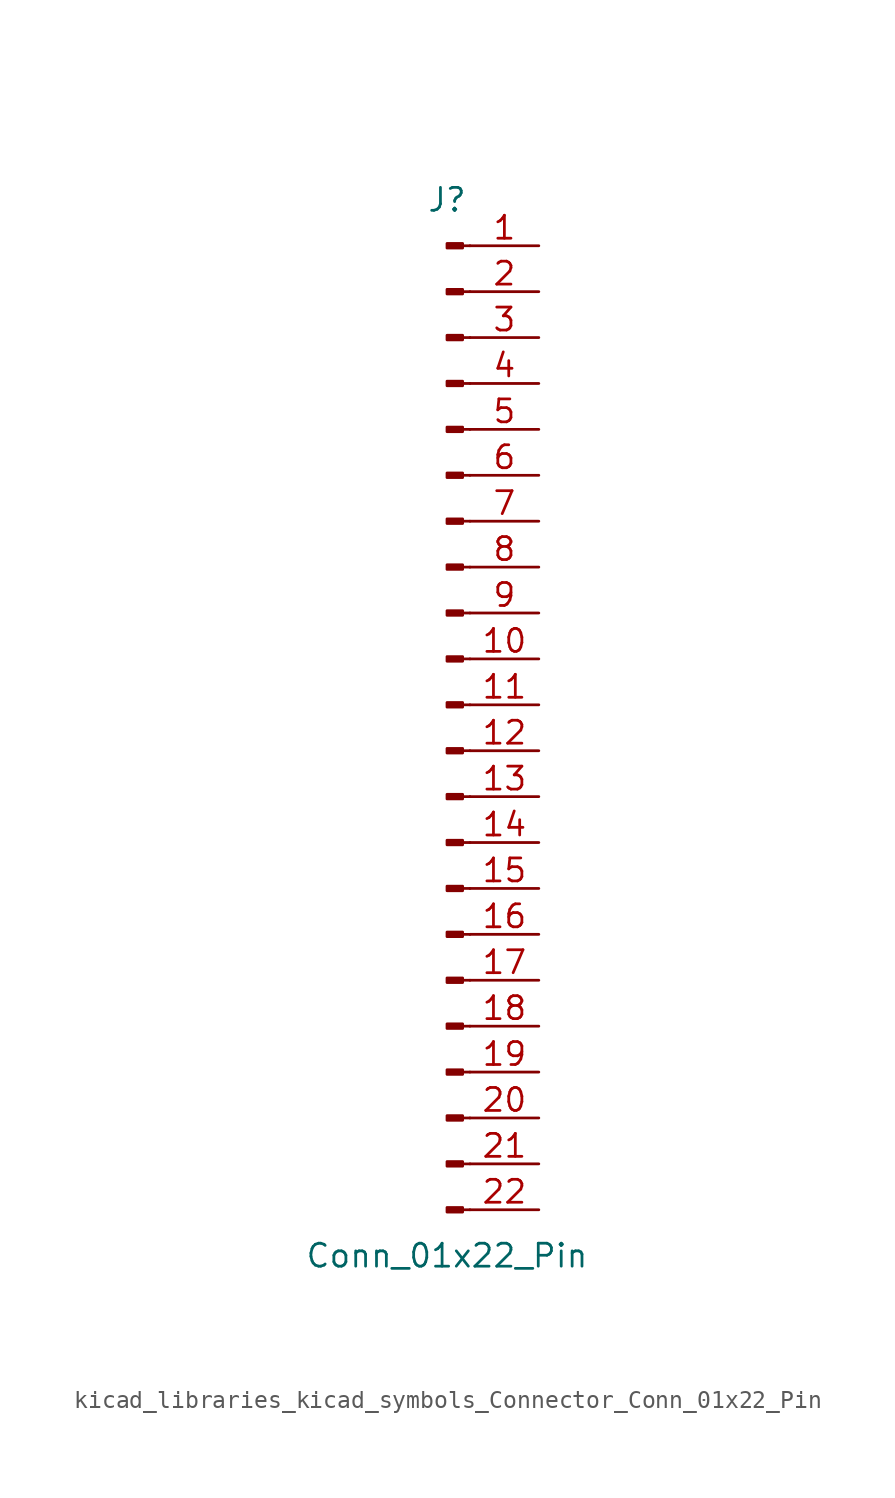
<source format=kicad_sym>
(kicad_symbol_lib
  (version 20220914)
  (generator kicad_symbol_editor)
  (symbol "kicad_libraries_kicad_symbols_Connector_Conn_01x22_Pin"
    (pin_names
      (offset 1.016) hide)
    (property "Reference" "J"
      (at 0 27.94 0)
      (effects (font (size 1.27 1.27))))
    (property "Value" "Conn_01x22_Pin"
      (at 0 -30.48 0)
      (effects (font (size 1.27 1.27))))
    (property "ki_locked" ""
      (at 0 0 0)
      (effects (font (size 1.27 1.27))))
    (symbol "kicad_libraries_kicad_symbols_Connector_Conn_01x22_Pin_1_1"
      (polyline (pts (xy 1.27 -27.94) (xy 0.864 -27.94)) (stroke (width 0.152) (type default)) (fill (type none)))
      (polyline (pts (xy 1.27 -25.4) (xy 0.864 -25.4)) (stroke (width 0.152) (type default)) (fill (type none)))
      (polyline (pts (xy 1.27 -22.86) (xy 0.864 -22.86)) (stroke (width 0.152) (type default)) (fill (type none)))
      (polyline (pts (xy 1.27 -20.32) (xy 0.864 -20.32)) (stroke (width 0.152) (type default)) (fill (type none)))
      (polyline (pts (xy 1.27 -17.78) (xy 0.864 -17.78)) (stroke (width 0.152) (type default)) (fill (type none)))
      (polyline (pts (xy 1.27 -15.24) (xy 0.864 -15.24)) (stroke (width 0.152) (type default)) (fill (type none)))
      (polyline (pts (xy 1.27 -12.7) (xy 0.864 -12.7)) (stroke (width 0.152) (type default)) (fill (type none)))
      (polyline (pts (xy 1.27 -10.16) (xy 0.864 -10.16)) (stroke (width 0.152) (type default)) (fill (type none)))
      (polyline (pts (xy 1.27 -7.62) (xy 0.864 -7.62)) (stroke (width 0.152) (type default)) (fill (type none)))
      (polyline (pts (xy 1.27 -5.08) (xy 0.864 -5.08)) (stroke (width 0.152) (type default)) (fill (type none)))
      (polyline (pts (xy 1.27 -2.54) (xy 0.864 -2.54)) (stroke (width 0.152) (type default)) (fill (type none)))
      (polyline (pts (xy 1.27 0) (xy 0.864 0)) (stroke (width 0.152) (type default)) (fill (type none)))
      (polyline (pts (xy 1.27 2.54) (xy 0.864 2.54)) (stroke (width 0.152) (type default)) (fill (type none)))
      (polyline (pts (xy 1.27 5.08) (xy 0.864 5.08)) (stroke (width 0.152) (type default)) (fill (type none)))
      (polyline (pts (xy 1.27 7.62) (xy 0.864 7.62)) (stroke (width 0.152) (type default)) (fill (type none)))
      (polyline (pts (xy 1.27 10.16) (xy 0.864 10.16)) (stroke (width 0.152) (type default)) (fill (type none)))
      (polyline (pts (xy 1.27 12.7) (xy 0.864 12.7)) (stroke (width 0.152) (type default)) (fill (type none)))
      (polyline (pts (xy 1.27 15.24) (xy 0.864 15.24)) (stroke (width 0.152) (type default)) (fill (type none)))
      (polyline (pts (xy 1.27 17.78) (xy 0.864 17.78)) (stroke (width 0.152) (type default)) (fill (type none)))
      (polyline (pts (xy 1.27 20.32) (xy 0.864 20.32)) (stroke (width 0.152) (type default)) (fill (type none)))
      (polyline (pts (xy 1.27 22.86) (xy 0.864 22.86)) (stroke (width 0.152) (type default)) (fill (type none)))
      (polyline (pts (xy 1.27 25.4) (xy 0.864 25.4)) (stroke (width 0.152) (type default)) (fill (type none)))
      (rectangle (start 0.864 -27.813) (end 0 -28.067) (stroke (width 0.152) (type default)) (fill (type outline)))
      (rectangle (start 0.864 -25.273) (end 0 -25.527) (stroke (width 0.152) (type default)) (fill (type outline)))
      (rectangle (start 0.864 -22.733) (end 0 -22.987) (stroke (width 0.152) (type default)) (fill (type outline)))
      (rectangle (start 0.864 -20.193) (end 0 -20.447) (stroke (width 0.152) (type default)) (fill (type outline)))
      (rectangle (start 0.864 -17.653) (end 0 -17.907) (stroke (width 0.152) (type default)) (fill (type outline)))
      (rectangle (start 0.864 -15.113) (end 0 -15.367) (stroke (width 0.152) (type default)) (fill (type outline)))
      (rectangle (start 0.864 -12.573) (end 0 -12.827) (stroke (width 0.152) (type default)) (fill (type outline)))
      (rectangle (start 0.864 -10.033) (end 0 -10.287) (stroke (width 0.152) (type default)) (fill (type outline)))
      (rectangle (start 0.864 -7.493) (end 0 -7.747) (stroke (width 0.152) (type default)) (fill (type outline)))
      (rectangle (start 0.864 -4.953) (end 0 -5.207) (stroke (width 0.152) (type default)) (fill (type outline)))
      (rectangle (start 0.864 -2.413) (end 0 -2.667) (stroke (width 0.152) (type default)) (fill (type outline)))
      (rectangle (start 0.864 0.127) (end 0 -0.127) (stroke (width 0.152) (type default)) (fill (type outline)))
      (rectangle (start 0.864 2.667) (end 0 2.413) (stroke (width 0.152) (type default)) (fill (type outline)))
      (rectangle (start 0.864 5.207) (end 0 4.953) (stroke (width 0.152) (type default)) (fill (type outline)))
      (rectangle (start 0.864 7.747) (end 0 7.493) (stroke (width 0.152) (type default)) (fill (type outline)))
      (rectangle (start 0.864 10.287) (end 0 10.033) (stroke (width 0.152) (type default)) (fill (type outline)))
      (rectangle (start 0.864 12.827) (end 0 12.573) (stroke (width 0.152) (type default)) (fill (type outline)))
      (rectangle (start 0.864 15.367) (end 0 15.113) (stroke (width 0.152) (type default)) (fill (type outline)))
      (rectangle (start 0.864 17.907) (end 0 17.653) (stroke (width 0.152) (type default)) (fill (type outline)))
      (rectangle (start 0.864 20.447) (end 0 20.193) (stroke (width 0.152) (type default)) (fill (type outline)))
      (rectangle (start 0.864 22.987) (end 0 22.733) (stroke (width 0.152) (type default)) (fill (type outline)))
      (rectangle (start 0.864 25.527) (end 0 25.273) (stroke (width 0.152) (type default)) (fill (type outline)))
      (pin passive line (at 5.08 25.4 180) (length 3.81) (name "Pin_1" (effects (font (size 1.27 1.27)))) (number "1" (effects (font (size 1.27 1.27)))))
      (pin passive line (at 5.08 2.54 180) (length 3.81) (name "Pin_10" (effects (font (size 1.27 1.27)))) (number "10" (effects (font (size 1.27 1.27)))))
      (pin passive line (at 5.08 0 180) (length 3.81) (name "Pin_11" (effects (font (size 1.27 1.27)))) (number "11" (effects (font (size 1.27 1.27)))))
      (pin passive line (at 5.08 -2.54 180) (length 3.81) (name "Pin_12" (effects (font (size 1.27 1.27)))) (number "12" (effects (font (size 1.27 1.27)))))
      (pin passive line (at 5.08 -5.08 180) (length 3.81) (name "Pin_13" (effects (font (size 1.27 1.27)))) (number "13" (effects (font (size 1.27 1.27)))))
      (pin passive line (at 5.08 -7.62 180) (length 3.81) (name "Pin_14" (effects (font (size 1.27 1.27)))) (number "14" (effects (font (size 1.27 1.27)))))
      (pin passive line (at 5.08 -10.16 180) (length 3.81) (name "Pin_15" (effects (font (size 1.27 1.27)))) (number "15" (effects (font (size 1.27 1.27)))))
      (pin passive line (at 5.08 -12.7 180) (length 3.81) (name "Pin_16" (effects (font (size 1.27 1.27)))) (number "16" (effects (font (size 1.27 1.27)))))
      (pin passive line (at 5.08 -15.24 180) (length 3.81) (name "Pin_17" (effects (font (size 1.27 1.27)))) (number "17" (effects (font (size 1.27 1.27)))))
      (pin passive line (at 5.08 -17.78 180) (length 3.81) (name "Pin_18" (effects (font (size 1.27 1.27)))) (number "18" (effects (font (size 1.27 1.27)))))
      (pin passive line (at 5.08 -20.32 180) (length 3.81) (name "Pin_19" (effects (font (size 1.27 1.27)))) (number "19" (effects (font (size 1.27 1.27)))))
      (pin passive line (at 5.08 22.86 180) (length 3.81) (name "Pin_2" (effects (font (size 1.27 1.27)))) (number "2" (effects (font (size 1.27 1.27)))))
      (pin passive line (at 5.08 -22.86 180) (length 3.81) (name "Pin_20" (effects (font (size 1.27 1.27)))) (number "20" (effects (font (size 1.27 1.27)))))
      (pin passive line (at 5.08 -25.4 180) (length 3.81) (name "Pin_21" (effects (font (size 1.27 1.27)))) (number "21" (effects (font (size 1.27 1.27)))))
      (pin passive line (at 5.08 -27.94 180) (length 3.81) (name "Pin_22" (effects (font (size 1.27 1.27)))) (number "22" (effects (font (size 1.27 1.27)))))
      (pin passive line (at 5.08 20.32 180) (length 3.81) (name "Pin_3" (effects (font (size 1.27 1.27)))) (number "3" (effects (font (size 1.27 1.27)))))
      (pin passive line (at 5.08 17.78 180) (length 3.81) (name "Pin_4" (effects (font (size 1.27 1.27)))) (number "4" (effects (font (size 1.27 1.27)))))
      (pin passive line (at 5.08 15.24 180) (length 3.81) (name "Pin_5" (effects (font (size 1.27 1.27)))) (number "5" (effects (font (size 1.27 1.27)))))
      (pin passive line (at 5.08 12.7 180) (length 3.81) (name "Pin_6" (effects (font (size 1.27 1.27)))) (number "6" (effects (font (size 1.27 1.27)))))
      (pin passive line (at 5.08 10.16 180) (length 3.81) (name "Pin_7" (effects (font (size 1.27 1.27)))) (number "7" (effects (font (size 1.27 1.27)))))
      (pin passive line (at 5.08 7.62 180) (length 3.81) (name "Pin_8" (effects (font (size 1.27 1.27)))) (number "8" (effects (font (size 1.27 1.27)))))
      (pin passive line (at 5.08 5.08 180) (length 3.81) (name "Pin_9" (effects (font (size 1.27 1.27)))) (number "9" (effects (font (size 1.27 1.27))))))))
</source>
